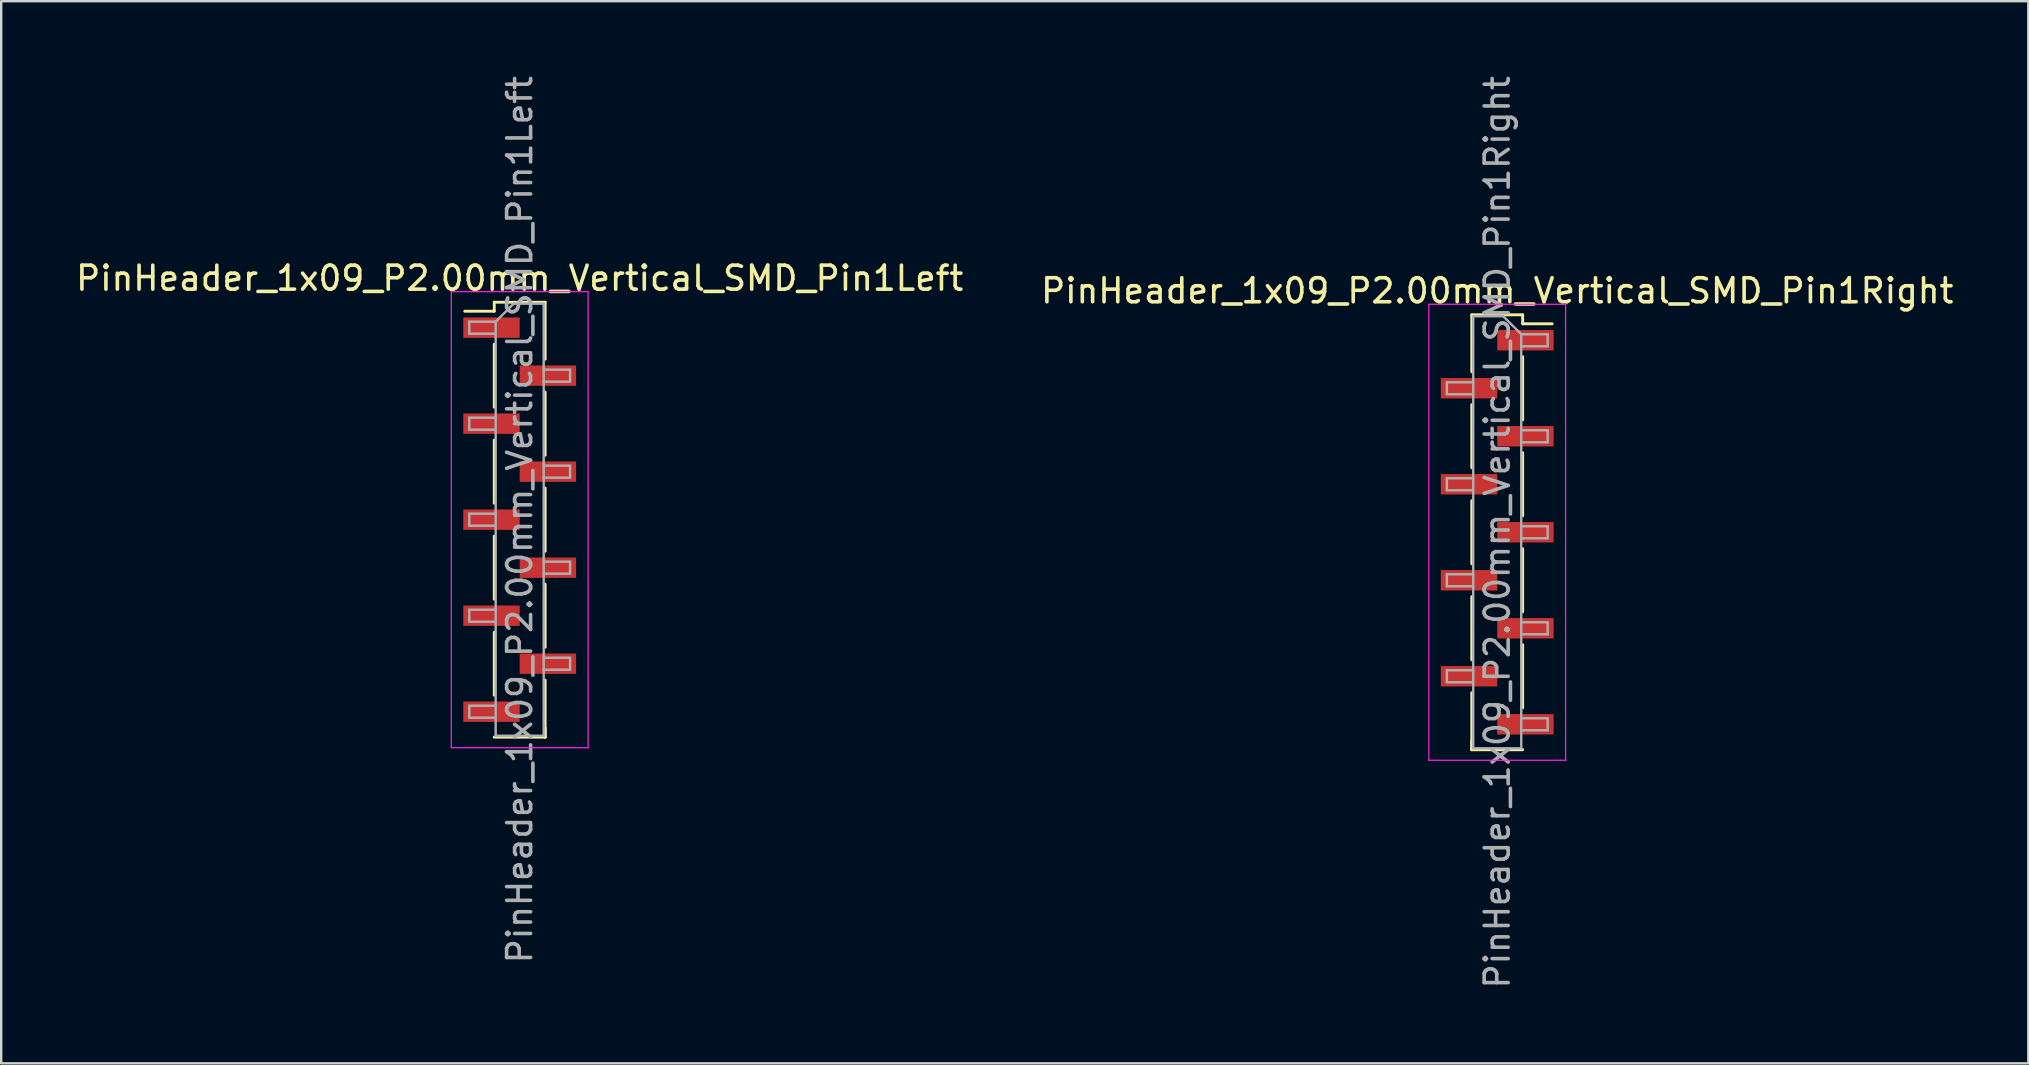
<source format=kicad_pcb>
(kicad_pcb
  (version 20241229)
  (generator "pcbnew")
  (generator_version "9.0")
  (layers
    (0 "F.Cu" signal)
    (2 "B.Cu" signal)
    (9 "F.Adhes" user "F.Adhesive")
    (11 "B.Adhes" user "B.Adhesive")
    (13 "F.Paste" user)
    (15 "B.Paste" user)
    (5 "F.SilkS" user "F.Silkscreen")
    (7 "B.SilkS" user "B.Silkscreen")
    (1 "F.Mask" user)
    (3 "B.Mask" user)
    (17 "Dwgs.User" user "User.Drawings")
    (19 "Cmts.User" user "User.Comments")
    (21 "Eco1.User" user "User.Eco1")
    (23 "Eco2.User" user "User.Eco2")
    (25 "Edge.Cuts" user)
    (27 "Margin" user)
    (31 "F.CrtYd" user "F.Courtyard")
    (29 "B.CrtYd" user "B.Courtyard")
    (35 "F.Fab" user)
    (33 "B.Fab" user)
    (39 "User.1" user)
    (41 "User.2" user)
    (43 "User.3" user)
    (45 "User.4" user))
  (footprint "PinHeader_1x09_P2.00mm_Vertical_SMD_Pin1Left"
    (layer "F.Cu")
    (at 18.601 18.601)
    (property "Reference" "PinHeader_1x09_P2.00mm_Vertical_SMD_Pin1Left" (at 0 -10.06 0) (layer "F.SilkS") (effects (font (size 1 1) (thickness 0.15))))
    (attr smd)
    (fp_line (start -1.06 -9.06) (end -1.06 -8.685) (stroke (width 0.12) (type solid)) (layer "F.SilkS"))
    (fp_line (start -1.06 -9.06) (end 1.06 -9.06) (stroke (width 0.12) (type solid)) (layer "F.SilkS"))
    (fp_line (start -1.06 -8.685) (end -2.29 -8.685) (stroke (width 0.12) (type solid)) (layer "F.SilkS"))
    (fp_line (start -1.06 -7.315) (end -1.06 -4.685) (stroke (width 0.12) (type solid)) (layer "F.SilkS"))
    (fp_line (start -1.06 -3.315) (end -1.06 -0.685) (stroke (width 0.12) (type solid)) (layer "F.SilkS"))
    (fp_line (start -1.06 0.685) (end -1.06 3.315) (stroke (width 0.12) (type solid)) (layer "F.SilkS"))
    (fp_line (start -1.06 4.685) (end -1.06 7.315) (stroke (width 0.12) (type solid)) (layer "F.SilkS"))
    (fp_line (start -1.06 9.06) (end 1.06 9.06) (stroke (width 0.12) (type solid)) (layer "F.SilkS"))
    (fp_line (start 1.06 -9.06) (end 1.06 -6.685) (stroke (width 0.12) (type solid)) (layer "F.SilkS"))
    (fp_line (start 1.06 -5.315) (end 1.06 -2.685) (stroke (width 0.12) (type solid)) (layer "F.SilkS"))
    (fp_line (start 1.06 -1.315) (end 1.06 1.315) (stroke (width 0.12) (type solid)) (layer "F.SilkS"))
    (fp_line (start 1.06 2.685) (end 1.06 5.315) (stroke (width 0.12) (type solid)) (layer "F.SilkS"))
    (fp_line (start 1.06 6.685) (end 1.06 9.06) (stroke (width 0.12) (type solid)) (layer "F.SilkS"))
    (fp_line (start 1.06 8.685) (end 1.06 9.06) (stroke (width 0.12) (type solid)) (layer "F.SilkS"))
    (fp_line (start -2.85 -9.5) (end -2.85 9.5) (stroke (width 0.05) (type solid)) (layer "F.CrtYd"))
    (fp_line (start -2.85 9.5) (end 2.85 9.5) (stroke (width 0.05) (type solid)) (layer "F.CrtYd"))
    (fp_line (start 2.85 -9.5) (end -2.85 -9.5) (stroke (width 0.05) (type solid)) (layer "F.CrtYd"))
    (fp_line (start 2.85 9.5) (end 2.85 -9.5) (stroke (width 0.05) (type solid)) (layer "F.CrtYd"))
    (fp_line (start -2.1 -8.25) (end -2.1 -7.75) (stroke (width 0.1) (type solid)) (layer "F.Fab"))
    (fp_line (start -2.1 -7.75) (end -1 -7.75) (stroke (width 0.1) (type solid)) (layer "F.Fab"))
    (fp_line (start -2.1 -4.25) (end -2.1 -3.75) (stroke (width 0.1) (type solid)) (layer "F.Fab"))
    (fp_line (start -2.1 -3.75) (end -1 -3.75) (stroke (width 0.1) (type solid)) (layer "F.Fab"))
    (fp_line (start -2.1 -0.25) (end -2.1 0.25) (stroke (width 0.1) (type solid)) (layer "F.Fab"))
    (fp_line (start -2.1 0.25) (end -1 0.25) (stroke (width 0.1) (type solid)) (layer "F.Fab"))
    (fp_line (start -2.1 3.75) (end -2.1 4.25) (stroke (width 0.1) (type solid)) (layer "F.Fab"))
    (fp_line (start -2.1 4.25) (end -1 4.25) (stroke (width 0.1) (type solid)) (layer "F.Fab"))
    (fp_line (start -2.1 7.75) (end -2.1 8.25) (stroke (width 0.1) (type solid)) (layer "F.Fab"))
    (fp_line (start -2.1 8.25) (end -1 8.25) (stroke (width 0.1) (type solid)) (layer "F.Fab"))
    (fp_line (start -1 -8.25) (end -2.1 -8.25) (stroke (width 0.1) (type solid)) (layer "F.Fab"))
    (fp_line (start -1 -8.25) (end -0.25 -9) (stroke (width 0.1) (type solid)) (layer "F.Fab"))
    (fp_line (start -1 -4.25) (end -2.1 -4.25) (stroke (width 0.1) (type solid)) (layer "F.Fab"))
    (fp_line (start -1 -0.25) (end -2.1 -0.25) (stroke (width 0.1) (type solid)) (layer "F.Fab"))
    (fp_line (start -1 3.75) (end -2.1 3.75) (stroke (width 0.1) (type solid)) (layer "F.Fab"))
    (fp_line (start -1 7.75) (end -2.1 7.75) (stroke (width 0.1) (type solid)) (layer "F.Fab"))
    (fp_line (start -1 9) (end -1 -8.25) (stroke (width 0.1) (type solid)) (layer "F.Fab"))
    (fp_line (start -0.25 -9) (end 1 -9) (stroke (width 0.1) (type solid)) (layer "F.Fab"))
    (fp_line (start 1 -9) (end 1 9) (stroke (width 0.1) (type solid)) (layer "F.Fab"))
    (fp_line (start 1 -6.25) (end 2.1 -6.25) (stroke (width 0.1) (type solid)) (layer "F.Fab"))
    (fp_line (start 1 -2.25) (end 2.1 -2.25) (stroke (width 0.1) (type solid)) (layer "F.Fab"))
    (fp_line (start 1 1.75) (end 2.1 1.75) (stroke (width 0.1) (type solid)) (layer "F.Fab"))
    (fp_line (start 1 5.75) (end 2.1 5.75) (stroke (width 0.1) (type solid)) (layer "F.Fab"))
    (fp_line (start 1 9) (end -1 9) (stroke (width 0.1) (type solid)) (layer "F.Fab"))
    (fp_line (start 2.1 -6.25) (end 2.1 -5.75) (stroke (width 0.1) (type solid)) (layer "F.Fab"))
    (fp_line (start 2.1 -5.75) (end 1 -5.75) (stroke (width 0.1) (type solid)) (layer "F.Fab"))
    (fp_line (start 2.1 -2.25) (end 2.1 -1.75) (stroke (width 0.1) (type solid)) (layer "F.Fab"))
    (fp_line (start 2.1 -1.75) (end 1 -1.75) (stroke (width 0.1) (type solid)) (layer "F.Fab"))
    (fp_line (start 2.1 1.75) (end 2.1 2.25) (stroke (width 0.1) (type solid)) (layer "F.Fab"))
    (fp_line (start 2.1 2.25) (end 1 2.25) (stroke (width 0.1) (type solid)) (layer "F.Fab"))
    (fp_line (start 2.1 5.75) (end 2.1 6.25) (stroke (width 0.1) (type solid)) (layer "F.Fab"))
    (fp_line (start 2.1 6.25) (end 1 6.25) (stroke (width 0.1) (type solid)) (layer "F.Fab"))
    (fp_text user "${REFERENCE}" (at 0 0 90) (layer "F.Fab") (effects (font (size 1 1) (thickness 0.15))))
    (pad "1" smd rect (at -1.175 -8) (size 2.35 0.85) (layers "F.Cu" "F.Mask" "F.Paste"))
    (pad "2" smd rect (at 1.175 -6) (size 2.35 0.85) (layers "F.Cu" "F.Mask" "F.Paste"))
    (pad "3" smd rect (at -1.175 -4) (size 2.35 0.85) (layers "F.Cu" "F.Mask" "F.Paste"))
    (pad "4" smd rect (at 1.175 -2) (size 2.35 0.85) (layers "F.Cu" "F.Mask" "F.Paste"))
    (pad "5" smd rect (at -1.175 0) (size 2.35 0.85) (layers "F.Cu" "F.Mask" "F.Paste"))
    (pad "6" smd rect (at 1.175 2) (size 2.35 0.85) (layers "F.Cu" "F.Mask" "F.Paste"))
    (pad "7" smd rect (at -1.175 4) (size 2.35 0.85) (layers "F.Cu" "F.Mask" "F.Paste"))
    (pad "8" smd rect (at 1.175 6) (size 2.35 0.85) (layers "F.Cu" "F.Mask" "F.Paste"))
    (pad "9" smd rect (at -1.175 8) (size 2.35 0.85) (layers "F.Cu" "F.Mask" "F.Paste")))
  (footprint "PinHeader_1x09_P2.00mm_Vertical_SMD_Pin1Right"
    (layer "F.Cu")
    (at 59.327 19.125)
    (property "Reference" "PinHeader_1x09_P2.00mm_Vertical_SMD_Pin1Right" (at 0 -10.06 0) (layer "F.SilkS") (effects (font (size 1 1) (thickness 0.15))))
    (attr smd)
    (fp_line (start -1.06 -9.06) (end -1.06 -6.685) (stroke (width 0.12) (type solid)) (layer "F.SilkS"))
    (fp_line (start -1.06 -9.06) (end 1.06 -9.06) (stroke (width 0.12) (type solid)) (layer "F.SilkS"))
    (fp_line (start -1.06 -5.315) (end -1.06 -2.685) (stroke (width 0.12) (type solid)) (layer "F.SilkS"))
    (fp_line (start -1.06 -1.315) (end -1.06 1.315) (stroke (width 0.12) (type solid)) (layer "F.SilkS"))
    (fp_line (start -1.06 2.685) (end -1.06 5.315) (stroke (width 0.12) (type solid)) (layer "F.SilkS"))
    (fp_line (start -1.06 6.685) (end -1.06 9.06) (stroke (width 0.12) (type solid)) (layer "F.SilkS"))
    (fp_line (start -1.06 8.685) (end -1.06 9.06) (stroke (width 0.12) (type solid)) (layer "F.SilkS"))
    (fp_line (start -1.06 9.06) (end 1.06 9.06) (stroke (width 0.12) (type solid)) (layer "F.SilkS"))
    (fp_line (start 1.06 -9.06) (end 1.06 -8.685) (stroke (width 0.12) (type solid)) (layer "F.SilkS"))
    (fp_line (start 1.06 -8.685) (end 2.29 -8.685) (stroke (width 0.12) (type solid)) (layer "F.SilkS"))
    (fp_line (start 1.06 -7.315) (end 1.06 -4.685) (stroke (width 0.12) (type solid)) (layer "F.SilkS"))
    (fp_line (start 1.06 -3.315) (end 1.06 -0.685) (stroke (width 0.12) (type solid)) (layer "F.SilkS"))
    (fp_line (start 1.06 0.685) (end 1.06 3.315) (stroke (width 0.12) (type solid)) (layer "F.SilkS"))
    (fp_line (start 1.06 4.685) (end 1.06 7.315) (stroke (width 0.12) (type solid)) (layer "F.SilkS"))
    (fp_line (start -2.85 -9.5) (end -2.85 9.5) (stroke (width 0.05) (type solid)) (layer "F.CrtYd"))
    (fp_line (start -2.85 9.5) (end 2.85 9.5) (stroke (width 0.05) (type solid)) (layer "F.CrtYd"))
    (fp_line (start 2.85 -9.5) (end -2.85 -9.5) (stroke (width 0.05) (type solid)) (layer "F.CrtYd"))
    (fp_line (start 2.85 9.5) (end 2.85 -9.5) (stroke (width 0.05) (type solid)) (layer "F.CrtYd"))
    (fp_line (start -2.1 -6.25) (end -2.1 -5.75) (stroke (width 0.1) (type solid)) (layer "F.Fab"))
    (fp_line (start -2.1 -5.75) (end -1 -5.75) (stroke (width 0.1) (type solid)) (layer "F.Fab"))
    (fp_line (start -2.1 -2.25) (end -2.1 -1.75) (stroke (width 0.1) (type solid)) (layer "F.Fab"))
    (fp_line (start -2.1 -1.75) (end -1 -1.75) (stroke (width 0.1) (type solid)) (layer "F.Fab"))
    (fp_line (start -2.1 1.75) (end -2.1 2.25) (stroke (width 0.1) (type solid)) (layer "F.Fab"))
    (fp_line (start -2.1 2.25) (end -1 2.25) (stroke (width 0.1) (type solid)) (layer "F.Fab"))
    (fp_line (start -2.1 5.75) (end -2.1 6.25) (stroke (width 0.1) (type solid)) (layer "F.Fab"))
    (fp_line (start -2.1 6.25) (end -1 6.25) (stroke (width 0.1) (type solid)) (layer "F.Fab"))
    (fp_line (start -1 -9) (end -1 9) (stroke (width 0.1) (type solid)) (layer "F.Fab"))
    (fp_line (start -1 -9) (end 0.25 -9) (stroke (width 0.1) (type solid)) (layer "F.Fab"))
    (fp_line (start -1 -6.25) (end -2.1 -6.25) (stroke (width 0.1) (type solid)) (layer "F.Fab"))
    (fp_line (start -1 -2.25) (end -2.1 -2.25) (stroke (width 0.1) (type solid)) (layer "F.Fab"))
    (fp_line (start -1 1.75) (end -2.1 1.75) (stroke (width 0.1) (type solid)) (layer "F.Fab"))
    (fp_line (start -1 5.75) (end -2.1 5.75) (stroke (width 0.1) (type solid)) (layer "F.Fab"))
    (fp_line (start 1 -8.25) (end 0.25 -9) (stroke (width 0.1) (type solid)) (layer "F.Fab"))
    (fp_line (start 1 -8.25) (end 2.1 -8.25) (stroke (width 0.1) (type solid)) (layer "F.Fab"))
    (fp_line (start 1 -4.25) (end 2.1 -4.25) (stroke (width 0.1) (type solid)) (layer "F.Fab"))
    (fp_line (start 1 -0.25) (end 2.1 -0.25) (stroke (width 0.1) (type solid)) (layer "F.Fab"))
    (fp_line (start 1 3.75) (end 2.1 3.75) (stroke (width 0.1) (type solid)) (layer "F.Fab"))
    (fp_line (start 1 7.75) (end 2.1 7.75) (stroke (width 0.1) (type solid)) (layer "F.Fab"))
    (fp_line (start 1 9) (end -1 9) (stroke (width 0.1) (type solid)) (layer "F.Fab"))
    (fp_line (start 1 9) (end 1 -8.25) (stroke (width 0.1) (type solid)) (layer "F.Fab"))
    (fp_line (start 2.1 -8.25) (end 2.1 -7.75) (stroke (width 0.1) (type solid)) (layer "F.Fab"))
    (fp_line (start 2.1 -7.75) (end 1 -7.75) (stroke (width 0.1) (type solid)) (layer "F.Fab"))
    (fp_line (start 2.1 -4.25) (end 2.1 -3.75) (stroke (width 0.1) (type solid)) (layer "F.Fab"))
    (fp_line (start 2.1 -3.75) (end 1 -3.75) (stroke (width 0.1) (type solid)) (layer "F.Fab"))
    (fp_line (start 2.1 -0.25) (end 2.1 0.25) (stroke (width 0.1) (type solid)) (layer "F.Fab"))
    (fp_line (start 2.1 0.25) (end 1 0.25) (stroke (width 0.1) (type solid)) (layer "F.Fab"))
    (fp_line (start 2.1 3.75) (end 2.1 4.25) (stroke (width 0.1) (type solid)) (layer "F.Fab"))
    (fp_line (start 2.1 4.25) (end 1 4.25) (stroke (width 0.1) (type solid)) (layer "F.Fab"))
    (fp_line (start 2.1 7.75) (end 2.1 8.25) (stroke (width 0.1) (type solid)) (layer "F.Fab"))
    (fp_line (start 2.1 8.25) (end 1 8.25) (stroke (width 0.1) (type solid)) (layer "F.Fab"))
    (fp_text user "${REFERENCE}" (at 0 0 90) (layer "F.Fab") (effects (font (size 1 1) (thickness 0.15))))
    (pad "1" smd rect (at 1.175 -8) (size 2.35 0.85) (layers "F.Cu" "F.Mask" "F.Paste"))
    (pad "2" smd rect (at -1.175 -6) (size 2.35 0.85) (layers "F.Cu" "F.Mask" "F.Paste"))
    (pad "3" smd rect (at 1.175 -4) (size 2.35 0.85) (layers "F.Cu" "F.Mask" "F.Paste"))
    (pad "4" smd rect (at -1.175 -2) (size 2.35 0.85) (layers "F.Cu" "F.Mask" "F.Paste"))
    (pad "5" smd rect (at 1.175 0) (size 2.35 0.85) (layers "F.Cu" "F.Mask" "F.Paste"))
    (pad "6" smd rect (at -1.175 2) (size 2.35 0.85) (layers "F.Cu" "F.Mask" "F.Paste"))
    (pad "7" smd rect (at 1.175 4) (size 2.35 0.85) (layers "F.Cu" "F.Mask" "F.Paste"))
    (pad "8" smd rect (at -1.175 6) (size 2.35 0.85) (layers "F.Cu" "F.Mask" "F.Paste"))
    (pad "9" smd rect (at 1.175 8) (size 2.35 0.85) (layers "F.Cu" "F.Mask" "F.Paste")))
  (gr_rect
    (start -3 -3)
    (end 81.452 41.25)
    (stroke (width 0.1) (type default))
    (fill no)
    (layer "Edge.Cuts")))
</source>
